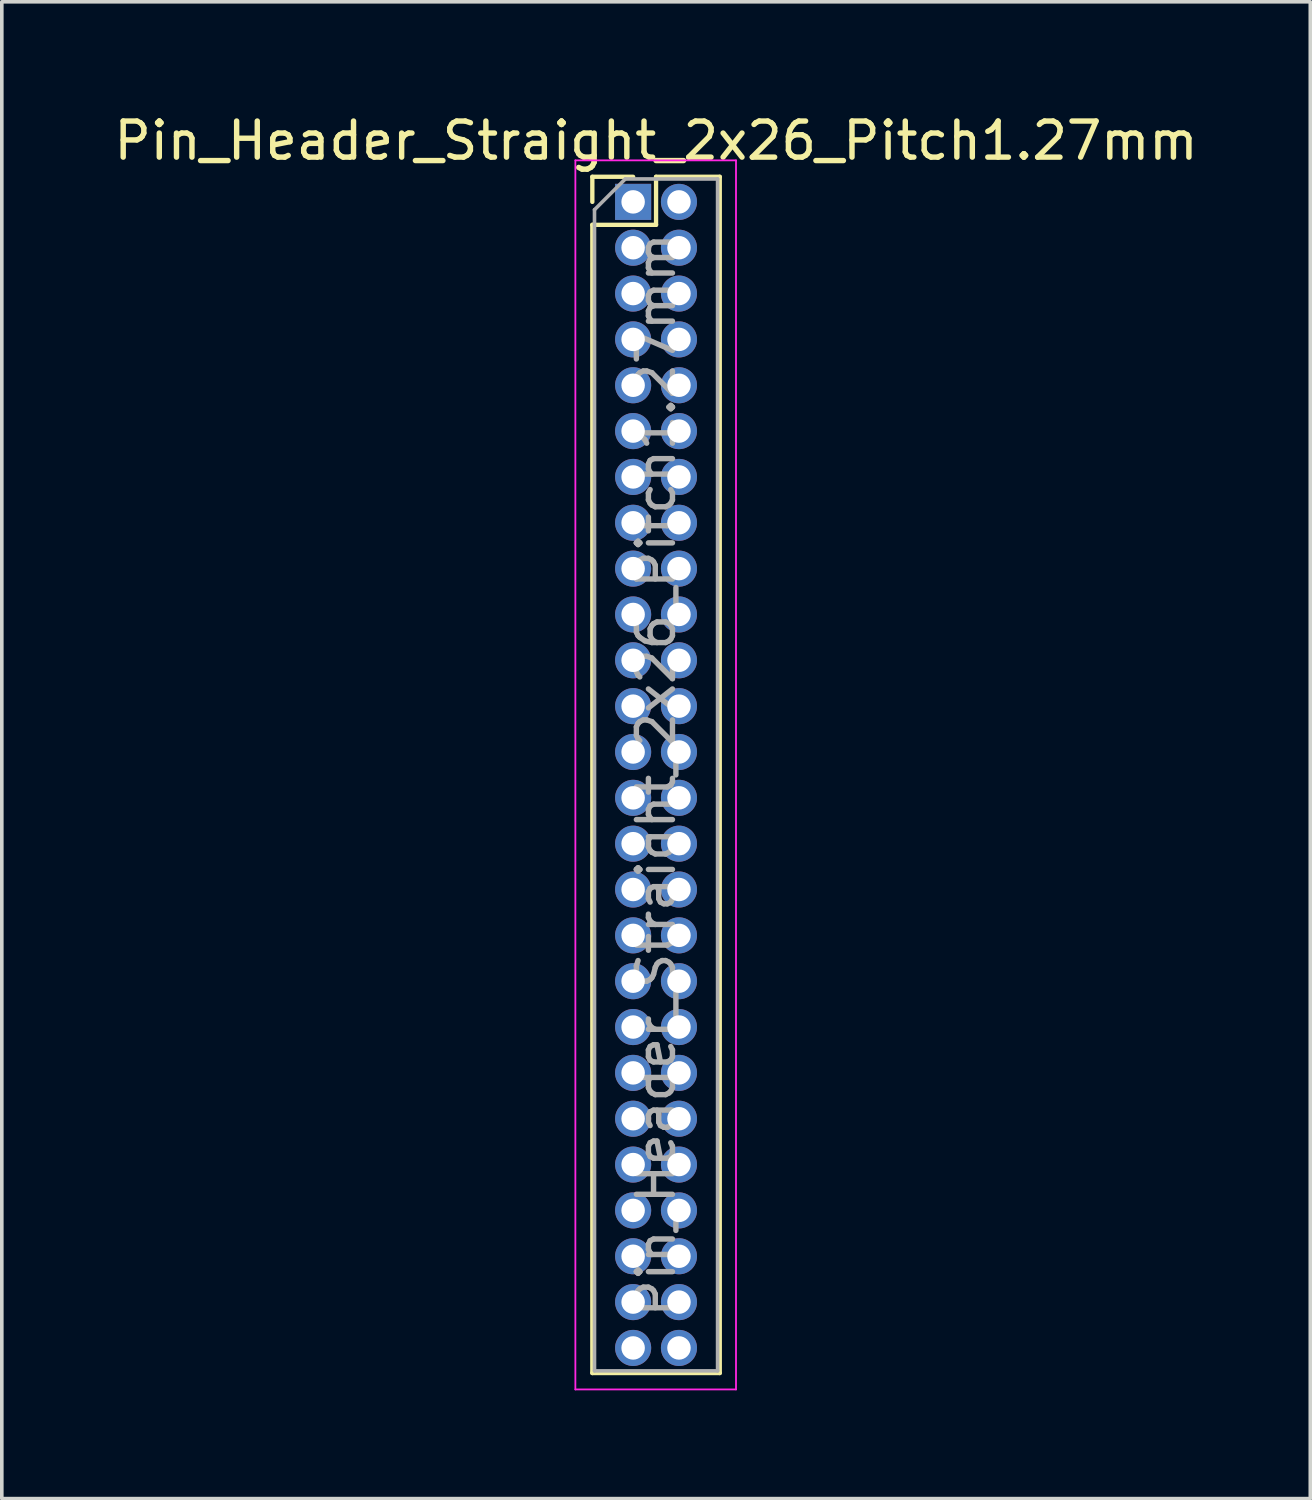
<source format=kicad_pcb>
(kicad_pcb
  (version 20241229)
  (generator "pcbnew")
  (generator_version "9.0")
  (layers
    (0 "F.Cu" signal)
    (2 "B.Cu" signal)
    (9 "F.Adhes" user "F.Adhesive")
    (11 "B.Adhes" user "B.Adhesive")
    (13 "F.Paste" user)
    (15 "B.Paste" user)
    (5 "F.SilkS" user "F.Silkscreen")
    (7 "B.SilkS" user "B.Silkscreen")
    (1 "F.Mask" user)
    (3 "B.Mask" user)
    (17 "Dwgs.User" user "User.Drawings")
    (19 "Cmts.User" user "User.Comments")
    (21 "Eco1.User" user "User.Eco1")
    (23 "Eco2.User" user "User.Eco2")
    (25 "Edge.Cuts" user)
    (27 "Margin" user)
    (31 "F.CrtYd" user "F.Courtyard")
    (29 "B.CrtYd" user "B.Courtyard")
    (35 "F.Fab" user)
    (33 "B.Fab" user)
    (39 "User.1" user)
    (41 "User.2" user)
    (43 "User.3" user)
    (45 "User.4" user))
  (footprint "Pin_Header_Straight_2x26_Pitch1.27mm"
    (layer "F.Cu")
    (at 14.49 2.543)
    (property "Reference" "Pin_Header_Straight_2x26_Pitch1.27mm" (at 0.635 -1.695 0) (layer "F.SilkS") (effects (font (size 1 1) (thickness 0.15))))
    (attr through_hole)
    (fp_line (start -1.13 -0.695) (end 0 -0.695) (stroke (width 0.12) (type solid)) (layer "F.SilkS"))
    (fp_line (start -1.13 0) (end -1.13 -0.695) (stroke (width 0.12) (type solid)) (layer "F.SilkS"))
    (fp_line (start -1.13 0.635) (end -1.13 32.445) (stroke (width 0.12) (type solid)) (layer "F.SilkS"))
    (fp_line (start -1.13 32.445) (end 2.4 32.445) (stroke (width 0.12) (type solid)) (layer "F.SilkS"))
    (fp_line (start 0.635 -0.695) (end 0.635 0.635) (stroke (width 0.12) (type solid)) (layer "F.SilkS"))
    (fp_line (start 0.635 0.635) (end -1.13 0.635) (stroke (width 0.12) (type solid)) (layer "F.SilkS"))
    (fp_line (start 2.4 -0.695) (end 0.635 -0.695) (stroke (width 0.12) (type solid)) (layer "F.SilkS"))
    (fp_line (start 2.4 32.445) (end 2.4 -0.695) (stroke (width 0.12) (type solid)) (layer "F.SilkS"))
    (fp_line (start -1.6 -1.15) (end -1.6 32.9) (stroke (width 0.05) (type solid)) (layer "F.CrtYd"))
    (fp_line (start -1.6 32.9) (end 2.85 32.9) (stroke (width 0.05) (type solid)) (layer "F.CrtYd"))
    (fp_line (start 2.85 -1.15) (end -1.6 -1.15) (stroke (width 0.05) (type solid)) (layer "F.CrtYd"))
    (fp_line (start 2.85 32.9) (end 2.85 -1.15) (stroke (width 0.05) (type solid)) (layer "F.CrtYd"))
    (fp_line (start -1.07 0.217) (end -0.217 -0.635) (stroke (width 0.1) (type solid)) (layer "F.Fab"))
    (fp_line (start -1.07 32.385) (end -1.07 0.217) (stroke (width 0.1) (type solid)) (layer "F.Fab"))
    (fp_line (start -0.217 -0.635) (end 2.34 -0.635) (stroke (width 0.1) (type solid)) (layer "F.Fab"))
    (fp_line (start 2.34 -0.635) (end 2.34 32.385) (stroke (width 0.1) (type solid)) (layer "F.Fab"))
    (fp_line (start 2.34 32.385) (end -1.07 32.385) (stroke (width 0.1) (type solid)) (layer "F.Fab"))
    (fp_text user "${REFERENCE}" (at 0.635 15.875 90) (layer "F.Fab") (effects (font (size 1 1) (thickness 0.15))))
    (pad "1" thru_hole rect (at 0 0) (size 1 1) (drill 0.65) (layers "*.Cu" "*.Mask"))
    (pad "2" thru_hole oval (at 1.27 0) (size 1 1) (drill 0.65) (layers "*.Cu" "*.Mask"))
    (pad "3" thru_hole oval (at 0 1.27) (size 1 1) (drill 0.65) (layers "*.Cu" "*.Mask"))
    (pad "4" thru_hole oval (at 1.27 1.27) (size 1 1) (drill 0.65) (layers "*.Cu" "*.Mask"))
    (pad "5" thru_hole oval (at 0 2.54) (size 1 1) (drill 0.65) (layers "*.Cu" "*.Mask"))
    (pad "6" thru_hole oval (at 1.27 2.54) (size 1 1) (drill 0.65) (layers "*.Cu" "*.Mask"))
    (pad "7" thru_hole oval (at 0 3.81) (size 1 1) (drill 0.65) (layers "*.Cu" "*.Mask"))
    (pad "8" thru_hole oval (at 1.27 3.81) (size 1 1) (drill 0.65) (layers "*.Cu" "*.Mask"))
    (pad "9" thru_hole oval (at 0 5.08) (size 1 1) (drill 0.65) (layers "*.Cu" "*.Mask"))
    (pad "10" thru_hole oval (at 1.27 5.08) (size 1 1) (drill 0.65) (layers "*.Cu" "*.Mask"))
    (pad "11" thru_hole oval (at 0 6.35) (size 1 1) (drill 0.65) (layers "*.Cu" "*.Mask"))
    (pad "12" thru_hole oval (at 1.27 6.35) (size 1 1) (drill 0.65) (layers "*.Cu" "*.Mask"))
    (pad "13" thru_hole oval (at 0 7.62) (size 1 1) (drill 0.65) (layers "*.Cu" "*.Mask"))
    (pad "14" thru_hole oval (at 1.27 7.62) (size 1 1) (drill 0.65) (layers "*.Cu" "*.Mask"))
    (pad "15" thru_hole oval (at 0 8.89) (size 1 1) (drill 0.65) (layers "*.Cu" "*.Mask"))
    (pad "16" thru_hole oval (at 1.27 8.89) (size 1 1) (drill 0.65) (layers "*.Cu" "*.Mask"))
    (pad "17" thru_hole oval (at 0 10.16) (size 1 1) (drill 0.65) (layers "*.Cu" "*.Mask"))
    (pad "18" thru_hole oval (at 1.27 10.16) (size 1 1) (drill 0.65) (layers "*.Cu" "*.Mask"))
    (pad "19" thru_hole oval (at 0 11.43) (size 1 1) (drill 0.65) (layers "*.Cu" "*.Mask"))
    (pad "20" thru_hole oval (at 1.27 11.43) (size 1 1) (drill 0.65) (layers "*.Cu" "*.Mask"))
    (pad "21" thru_hole oval (at 0 12.7) (size 1 1) (drill 0.65) (layers "*.Cu" "*.Mask"))
    (pad "22" thru_hole oval (at 1.27 12.7) (size 1 1) (drill 0.65) (layers "*.Cu" "*.Mask"))
    (pad "23" thru_hole oval (at 0 13.97) (size 1 1) (drill 0.65) (layers "*.Cu" "*.Mask"))
    (pad "24" thru_hole oval (at 1.27 13.97) (size 1 1) (drill 0.65) (layers "*.Cu" "*.Mask"))
    (pad "25" thru_hole oval (at 0 15.24) (size 1 1) (drill 0.65) (layers "*.Cu" "*.Mask"))
    (pad "26" thru_hole oval (at 1.27 15.24) (size 1 1) (drill 0.65) (layers "*.Cu" "*.Mask"))
    (pad "27" thru_hole oval (at 0 16.51) (size 1 1) (drill 0.65) (layers "*.Cu" "*.Mask"))
    (pad "28" thru_hole oval (at 1.27 16.51) (size 1 1) (drill 0.65) (layers "*.Cu" "*.Mask"))
    (pad "29" thru_hole oval (at 0 17.78) (size 1 1) (drill 0.65) (layers "*.Cu" "*.Mask"))
    (pad "30" thru_hole oval (at 1.27 17.78) (size 1 1) (drill 0.65) (layers "*.Cu" "*.Mask"))
    (pad "31" thru_hole oval (at 0 19.05) (size 1 1) (drill 0.65) (layers "*.Cu" "*.Mask"))
    (pad "32" thru_hole oval (at 1.27 19.05) (size 1 1) (drill 0.65) (layers "*.Cu" "*.Mask"))
    (pad "33" thru_hole oval (at 0 20.32) (size 1 1) (drill 0.65) (layers "*.Cu" "*.Mask"))
    (pad "34" thru_hole oval (at 1.27 20.32) (size 1 1) (drill 0.65) (layers "*.Cu" "*.Mask"))
    (pad "35" thru_hole oval (at 0 21.59) (size 1 1) (drill 0.65) (layers "*.Cu" "*.Mask"))
    (pad "36" thru_hole oval (at 1.27 21.59) (size 1 1) (drill 0.65) (layers "*.Cu" "*.Mask"))
    (pad "37" thru_hole oval (at 0 22.86) (size 1 1) (drill 0.65) (layers "*.Cu" "*.Mask"))
    (pad "38" thru_hole oval (at 1.27 22.86) (size 1 1) (drill 0.65) (layers "*.Cu" "*.Mask"))
    (pad "39" thru_hole oval (at 0 24.13) (size 1 1) (drill 0.65) (layers "*.Cu" "*.Mask"))
    (pad "40" thru_hole oval (at 1.27 24.13) (size 1 1) (drill 0.65) (layers "*.Cu" "*.Mask"))
    (pad "41" thru_hole oval (at 0 25.4) (size 1 1) (drill 0.65) (layers "*.Cu" "*.Mask"))
    (pad "42" thru_hole oval (at 1.27 25.4) (size 1 1) (drill 0.65) (layers "*.Cu" "*.Mask"))
    (pad "43" thru_hole oval (at 0 26.67) (size 1 1) (drill 0.65) (layers "*.Cu" "*.Mask"))
    (pad "44" thru_hole oval (at 1.27 26.67) (size 1 1) (drill 0.65) (layers "*.Cu" "*.Mask"))
    (pad "45" thru_hole oval (at 0 27.94) (size 1 1) (drill 0.65) (layers "*.Cu" "*.Mask"))
    (pad "46" thru_hole oval (at 1.27 27.94) (size 1 1) (drill 0.65) (layers "*.Cu" "*.Mask"))
    (pad "47" thru_hole oval (at 0 29.21) (size 1 1) (drill 0.65) (layers "*.Cu" "*.Mask"))
    (pad "48" thru_hole oval (at 1.27 29.21) (size 1 1) (drill 0.65) (layers "*.Cu" "*.Mask"))
    (pad "49" thru_hole oval (at 0 30.48) (size 1 1) (drill 0.65) (layers "*.Cu" "*.Mask"))
    (pad "50" thru_hole oval (at 1.27 30.48) (size 1 1) (drill 0.65) (layers "*.Cu" "*.Mask"))
    (pad "51" thru_hole oval (at 0 31.75) (size 1 1) (drill 0.65) (layers "*.Cu" "*.Mask"))
    (pad "52" thru_hole oval (at 1.27 31.75) (size 1 1) (drill 0.65) (layers "*.Cu" "*.Mask")))
  (gr_rect
    (start -3 -3)
    (end 33.25 38.468)
    (stroke (width 0.1) (type default))
    (fill no)
    (layer "Edge.Cuts")))
</source>
